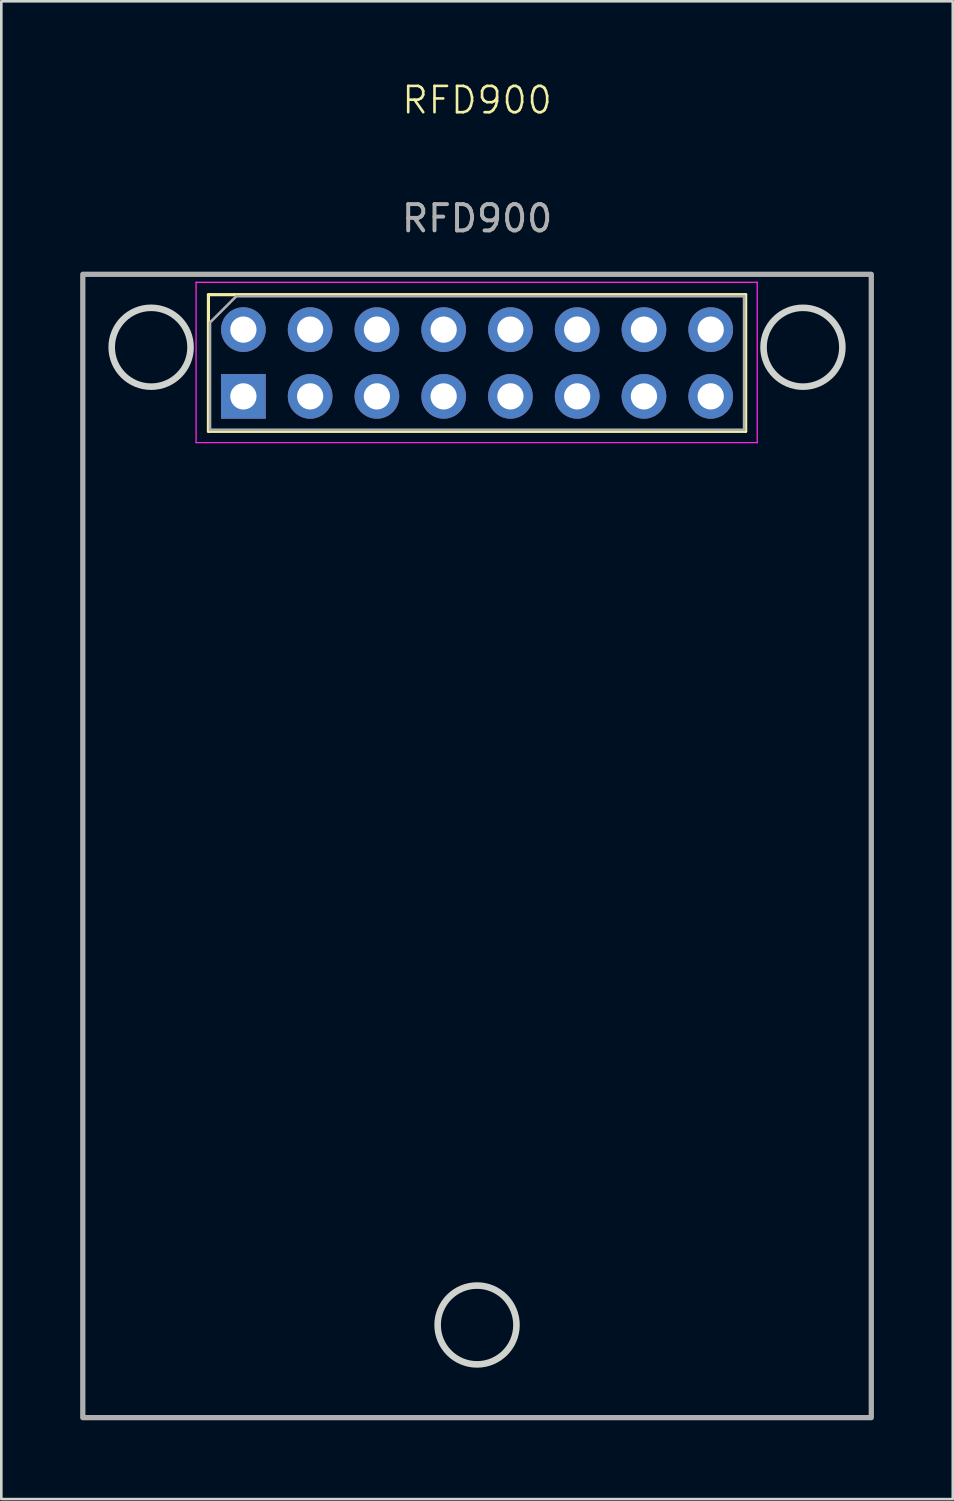
<source format=kicad_pcb>
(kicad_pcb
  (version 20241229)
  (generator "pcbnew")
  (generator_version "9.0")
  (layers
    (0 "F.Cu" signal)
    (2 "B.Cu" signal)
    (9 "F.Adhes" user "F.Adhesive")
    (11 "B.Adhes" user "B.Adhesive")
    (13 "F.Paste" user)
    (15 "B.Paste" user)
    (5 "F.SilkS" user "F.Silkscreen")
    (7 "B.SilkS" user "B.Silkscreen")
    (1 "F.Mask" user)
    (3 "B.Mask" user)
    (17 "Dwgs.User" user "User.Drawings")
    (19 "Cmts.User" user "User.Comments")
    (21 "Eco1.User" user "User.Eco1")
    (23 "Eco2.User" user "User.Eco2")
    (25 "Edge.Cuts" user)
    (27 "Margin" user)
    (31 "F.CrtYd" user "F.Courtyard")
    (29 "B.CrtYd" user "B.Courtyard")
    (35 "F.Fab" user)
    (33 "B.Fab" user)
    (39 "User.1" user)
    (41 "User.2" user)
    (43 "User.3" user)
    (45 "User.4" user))
  (footprint "RFD900"
    (layer "F.Cu")
    (at 15.1 10.761)
    (property "Reference" "RFD900" (at 0 -10 0) (unlocked yes) (layer "F.SilkS") (effects (font (size 1 1) (thickness 0.1))))
    (fp_line (start -10.22 -2.6) (end -10.22 2.6) (stroke (width 0.12) (type solid)) (layer "F.SilkS"))
    (fp_line (start -10.22 -2.6) (end 10.22 -2.6) (stroke (width 0.12) (type solid)) (layer "F.SilkS"))
    (fp_line (start -10.22 2.6) (end 10.22 2.6) (stroke (width 0.12) (type solid)) (layer "F.SilkS"))
    (fp_line (start 10.22 -2.6) (end 10.22 2.6) (stroke (width 0.12) (type solid)) (layer "F.SilkS"))
    (fp_circle (center -12.4 -0.6) (end -10.9 -0.6) (stroke (width 0.25) (type solid)) (fill no) (layer "Edge.Cuts"))
    (fp_circle (center 0 36.6) (end 1.5 36.6) (stroke (width 0.25) (type solid)) (fill no) (layer "Edge.Cuts"))
    (fp_circle (center 12.4 -0.6) (end 13.9 -0.6) (stroke (width 0.25) (type solid)) (fill no) (layer "Edge.Cuts"))
    (fp_line (start -10.69 -3.07) (end -10.69 3.03) (stroke (width 0.05) (type solid)) (layer "F.CrtYd"))
    (fp_line (start -10.69 3.03) (end 10.66 3.03) (stroke (width 0.05) (type solid)) (layer "F.CrtYd"))
    (fp_line (start 10.66 -3.07) (end -10.69 -3.07) (stroke (width 0.05) (type solid)) (layer "F.CrtYd"))
    (fp_line (start 10.66 3.03) (end 10.66 -3.07) (stroke (width 0.05) (type solid)) (layer "F.CrtYd"))
    (fp_line (start -10.16 -1.54) (end -9.16 -2.54) (stroke (width 0.1) (type solid)) (layer "F.Fab"))
    (fp_line (start -10.16 2.54) (end -10.16 -1.5) (stroke (width 0.1) (type solid)) (layer "F.Fab"))
    (fp_line (start -9.16 -2.54) (end 10.16 -2.54) (stroke (width 0.1) (type solid)) (layer "F.Fab"))
    (fp_line (start 10.16 -2.54) (end 10.16 2.54) (stroke (width 0.1) (type solid)) (layer "F.Fab"))
    (fp_line (start 10.16 2.54) (end -10.16 2.54) (stroke (width 0.1) (type solid)) (layer "F.Fab"))
    (fp_rect (start -15 -3.375) (end 15 40.125) (stroke (width 0.2) (type solid)) (fill no) (layer "F.Fab"))
    (fp_text user "${REFERENCE}" (at 0 -5.5 0) (unlocked yes) (layer "F.Fab") (effects (font (size 1 1) (thickness 0.15))))
    (pad "1" thru_hole rect (at -8.89 1.27 270) (size 1.7 1.7) (drill 1) (layers "*.Cu" "*.Mask"))
    (pad "2" thru_hole oval (at -8.89 -1.27 270) (size 1.7 1.7) (drill 1) (layers "*.Cu" "*.Mask"))
    (pad "3" thru_hole oval (at -6.35 1.27 270) (size 1.7 1.7) (drill 1) (layers "*.Cu" "*.Mask"))
    (pad "4" thru_hole oval (at -6.35 -1.27 270) (size 1.7 1.7) (drill 1) (layers "*.Cu" "*.Mask"))
    (pad "5" thru_hole oval (at -3.81 1.27 270) (size 1.7 1.7) (drill 1) (layers "*.Cu" "*.Mask"))
    (pad "6" thru_hole oval (at -3.81 -1.27 270) (size 1.7 1.7) (drill 1) (layers "*.Cu" "*.Mask"))
    (pad "7" thru_hole oval (at -1.27 1.27 270) (size 1.7 1.7) (drill 1) (layers "*.Cu" "*.Mask"))
    (pad "8" thru_hole oval (at -1.27 -1.27 270) (size 1.7 1.7) (drill 1) (layers "*.Cu" "*.Mask"))
    (pad "9" thru_hole oval (at 1.27 1.27 180) (size 1.7 1.7) (drill 1) (layers "*.Cu" "*.Mask"))
    (pad "10" thru_hole oval (at 1.27 -1.27 270) (size 1.7 1.7) (drill 1) (layers "*.Cu" "*.Mask"))
    (pad "11" thru_hole oval (at 3.81 1.27 270) (size 1.7 1.7) (drill 1) (layers "*.Cu" "*.Mask"))
    (pad "12" thru_hole oval (at 3.81 -1.27 270) (size 1.7 1.7) (drill 1) (layers "*.Cu" "*.Mask"))
    (pad "13" thru_hole oval (at 6.35 1.27 270) (size 1.7 1.7) (drill 1) (layers "*.Cu" "*.Mask"))
    (pad "14" thru_hole oval (at 6.35 -1.27 270) (size 1.7 1.7) (drill 1) (layers "*.Cu" "*.Mask"))
    (pad "15" thru_hole oval (at 8.89 1.27 270) (size 1.7 1.7) (drill 1) (layers "*.Cu" "*.Mask"))
    (pad "16" thru_hole oval (at 8.89 -1.27 270) (size 1.7 1.7) (drill 1) (layers "*.Cu" "*.Mask")))
  (gr_rect
    (start -3 -3)
    (end 33.2 53.986)
    (stroke (width 0.1) (type default))
    (fill no)
    (layer "Edge.Cuts")))
</source>
